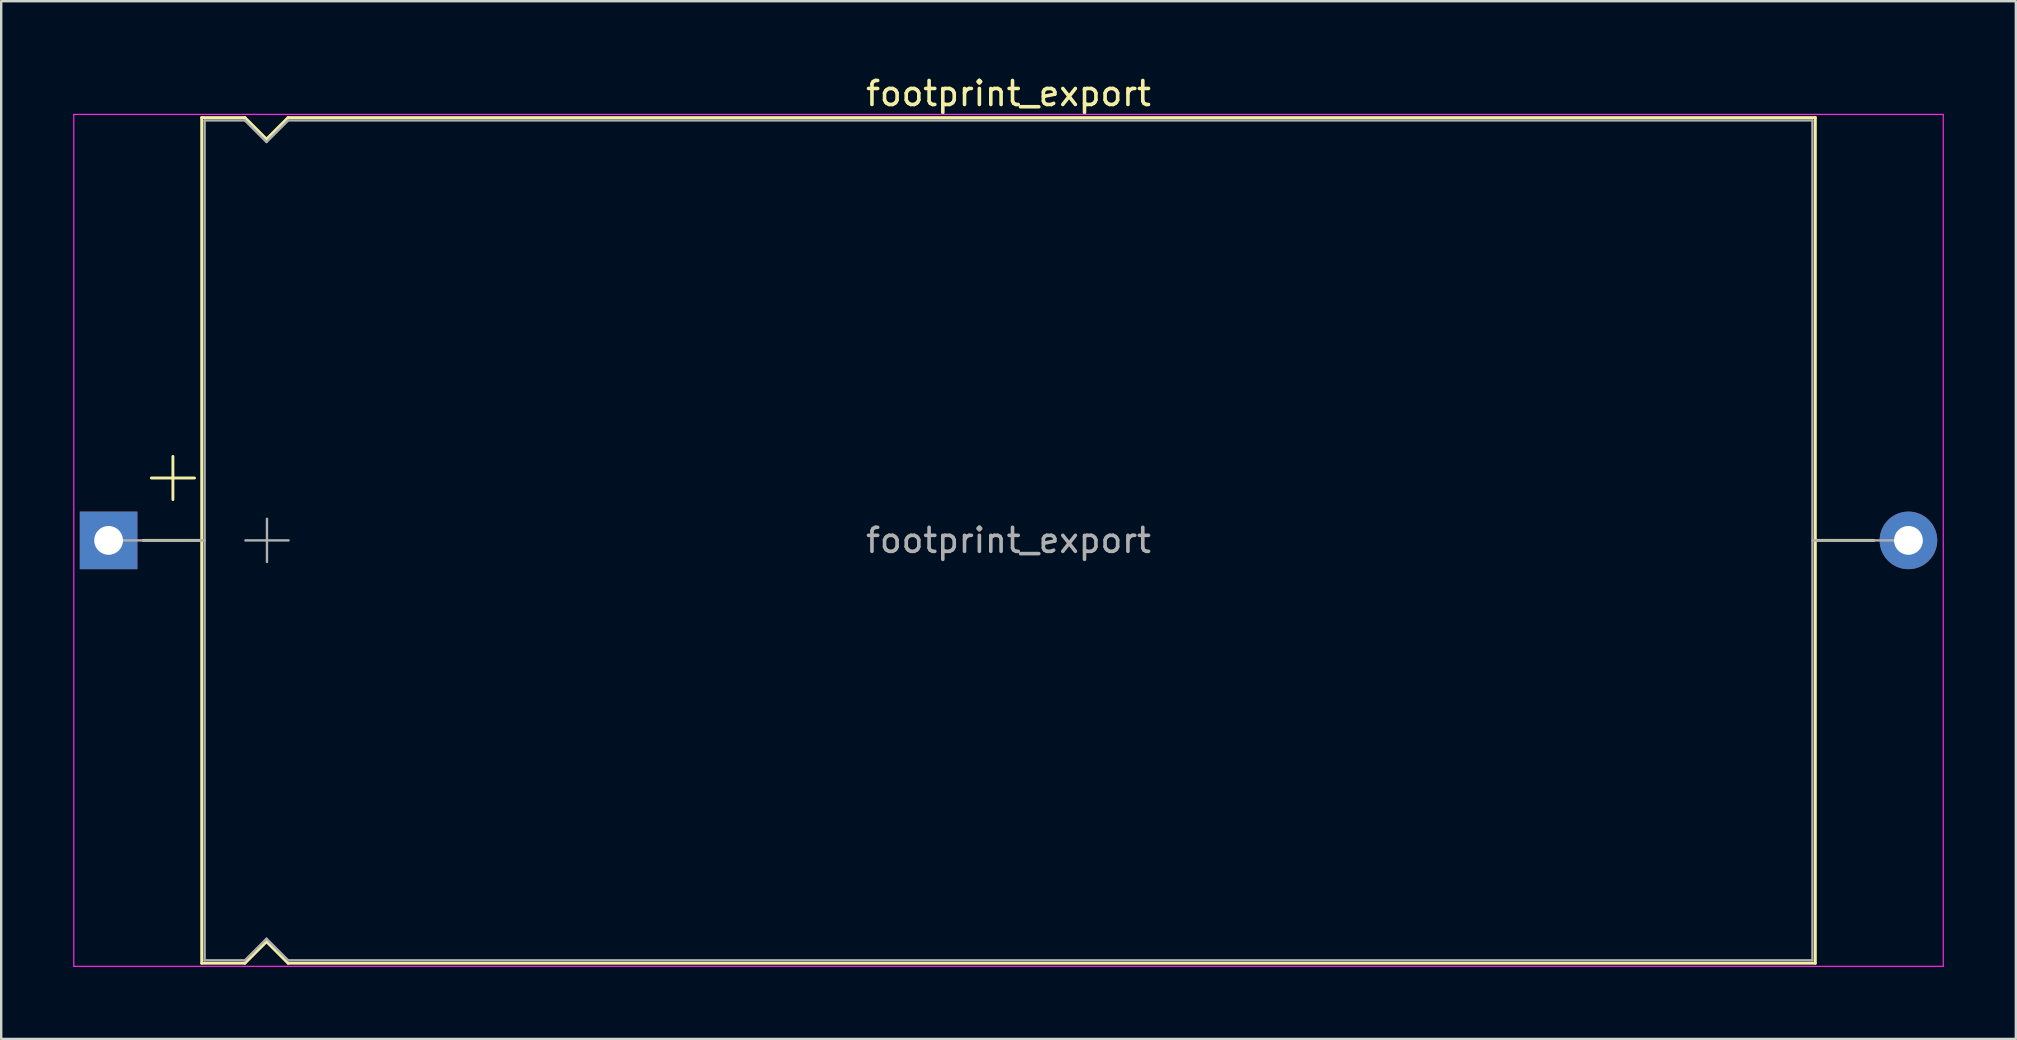
<source format=kicad_pcb>
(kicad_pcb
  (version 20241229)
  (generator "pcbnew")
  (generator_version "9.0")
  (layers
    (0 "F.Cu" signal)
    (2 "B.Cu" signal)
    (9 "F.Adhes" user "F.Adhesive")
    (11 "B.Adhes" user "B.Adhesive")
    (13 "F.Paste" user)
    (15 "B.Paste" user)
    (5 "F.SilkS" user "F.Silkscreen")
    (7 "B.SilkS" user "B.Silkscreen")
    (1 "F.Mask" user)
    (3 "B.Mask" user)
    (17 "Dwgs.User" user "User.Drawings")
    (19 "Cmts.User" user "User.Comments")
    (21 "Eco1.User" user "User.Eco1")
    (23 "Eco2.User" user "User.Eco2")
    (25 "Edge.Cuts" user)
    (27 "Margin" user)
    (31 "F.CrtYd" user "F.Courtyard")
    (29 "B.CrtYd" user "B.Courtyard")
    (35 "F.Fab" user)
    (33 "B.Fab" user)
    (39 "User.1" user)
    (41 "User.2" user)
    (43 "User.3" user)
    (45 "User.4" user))
  (footprint "footprint_export"
    (layer "F.Cu")
    (at 1.475 19.468)
    (property "Reference" "footprint_export" (at 37.5 -18.62 0) (layer "F.SilkS") (effects (font (size 1 1) (thickness 0.15))))
    (attr through_hole)
    (fp_line (start 1.44 0) (end 3.88 0) (stroke (width 0.12) (type solid)) (layer "F.SilkS"))
    (fp_line (start 1.78 -2.6) (end 3.58 -2.6) (stroke (width 0.12) (type solid)) (layer "F.SilkS"))
    (fp_line (start 2.68 -3.5) (end 2.68 -1.7) (stroke (width 0.12) (type solid)) (layer "F.SilkS"))
    (fp_line (start 3.88 -17.62) (end 3.88 17.62) (stroke (width 0.12) (type solid)) (layer "F.SilkS"))
    (fp_line (start 3.88 -17.62) (end 5.68 -17.62) (stroke (width 0.12) (type solid)) (layer "F.SilkS"))
    (fp_line (start 3.88 17.62) (end 5.68 17.62) (stroke (width 0.12) (type solid)) (layer "F.SilkS"))
    (fp_line (start 5.68 -17.62) (end 6.58 -16.72) (stroke (width 0.12) (type solid)) (layer "F.SilkS"))
    (fp_line (start 5.68 17.62) (end 6.58 16.72) (stroke (width 0.12) (type solid)) (layer "F.SilkS"))
    (fp_line (start 6.58 -16.72) (end 7.48 -17.62) (stroke (width 0.12) (type solid)) (layer "F.SilkS"))
    (fp_line (start 6.58 16.72) (end 7.48 17.62) (stroke (width 0.12) (type solid)) (layer "F.SilkS"))
    (fp_line (start 7.48 -17.62) (end 71.12 -17.62) (stroke (width 0.12) (type solid)) (layer "F.SilkS"))
    (fp_line (start 7.48 17.62) (end 71.12 17.62) (stroke (width 0.12) (type solid)) (layer "F.SilkS"))
    (fp_line (start 71.12 -17.62) (end 71.12 17.62) (stroke (width 0.12) (type solid)) (layer "F.SilkS"))
    (fp_line (start 73.56 0) (end 71.12 0) (stroke (width 0.12) (type solid)) (layer "F.SilkS"))
    (fp_line (start -1.45 -17.75) (end -1.45 17.75) (stroke (width 0.05) (type solid)) (layer "F.CrtYd"))
    (fp_line (start -1.45 17.75) (end 76.45 17.75) (stroke (width 0.05) (type solid)) (layer "F.CrtYd"))
    (fp_line (start 76.45 -17.75) (end -1.45 -17.75) (stroke (width 0.05) (type solid)) (layer "F.CrtYd"))
    (fp_line (start 76.45 17.75) (end 76.45 -17.75) (stroke (width 0.05) (type solid)) (layer "F.CrtYd"))
    (fp_line (start 0 0) (end 4 0) (stroke (width 0.1) (type solid)) (layer "F.Fab"))
    (fp_line (start 4 -17.5) (end 4 17.5) (stroke (width 0.1) (type solid)) (layer "F.Fab"))
    (fp_line (start 4 -17.5) (end 5.68 -17.5) (stroke (width 0.1) (type solid)) (layer "F.Fab"))
    (fp_line (start 4 17.5) (end 5.68 17.5) (stroke (width 0.1) (type solid)) (layer "F.Fab"))
    (fp_line (start 5.68 -17.5) (end 6.58 -16.6) (stroke (width 0.1) (type solid)) (layer "F.Fab"))
    (fp_line (start 5.68 17.5) (end 6.58 16.6) (stroke (width 0.1) (type solid)) (layer "F.Fab"))
    (fp_line (start 5.7 0) (end 7.5 0) (stroke (width 0.1) (type solid)) (layer "F.Fab"))
    (fp_line (start 6.58 -16.6) (end 7.48 -17.5) (stroke (width 0.1) (type solid)) (layer "F.Fab"))
    (fp_line (start 6.58 16.6) (end 7.48 17.5) (stroke (width 0.1) (type solid)) (layer "F.Fab"))
    (fp_line (start 6.6 -0.9) (end 6.6 0.9) (stroke (width 0.1) (type solid)) (layer "F.Fab"))
    (fp_line (start 7.48 -17.5) (end 71 -17.5) (stroke (width 0.1) (type solid)) (layer "F.Fab"))
    (fp_line (start 7.48 17.5) (end 71 17.5) (stroke (width 0.1) (type solid)) (layer "F.Fab"))
    (fp_line (start 71 -17.5) (end 71 17.5) (stroke (width 0.1) (type solid)) (layer "F.Fab"))
    (fp_line (start 75 0) (end 71 0) (stroke (width 0.1) (type solid)) (layer "F.Fab"))
    (fp_text user "${REFERENCE}" (at 37.5 0 0) (layer "F.Fab") (effects (font (size 1 1) (thickness 0.15))))
    (pad "1" thru_hole rect (at 0 0) (size 2.4 2.4) (drill 1.2) (layers "*.Cu" "*.Mask"))
    (pad "2" thru_hole oval (at 75 0) (size 2.4 2.4) (drill 1.2) (layers "*.Cu" "*.Mask")))
  (gr_rect
    (start -3 -3)
    (end 80.95 40.243)
    (stroke (width 0.1) (type default))
    (fill no)
    (layer "Edge.Cuts")))
</source>
